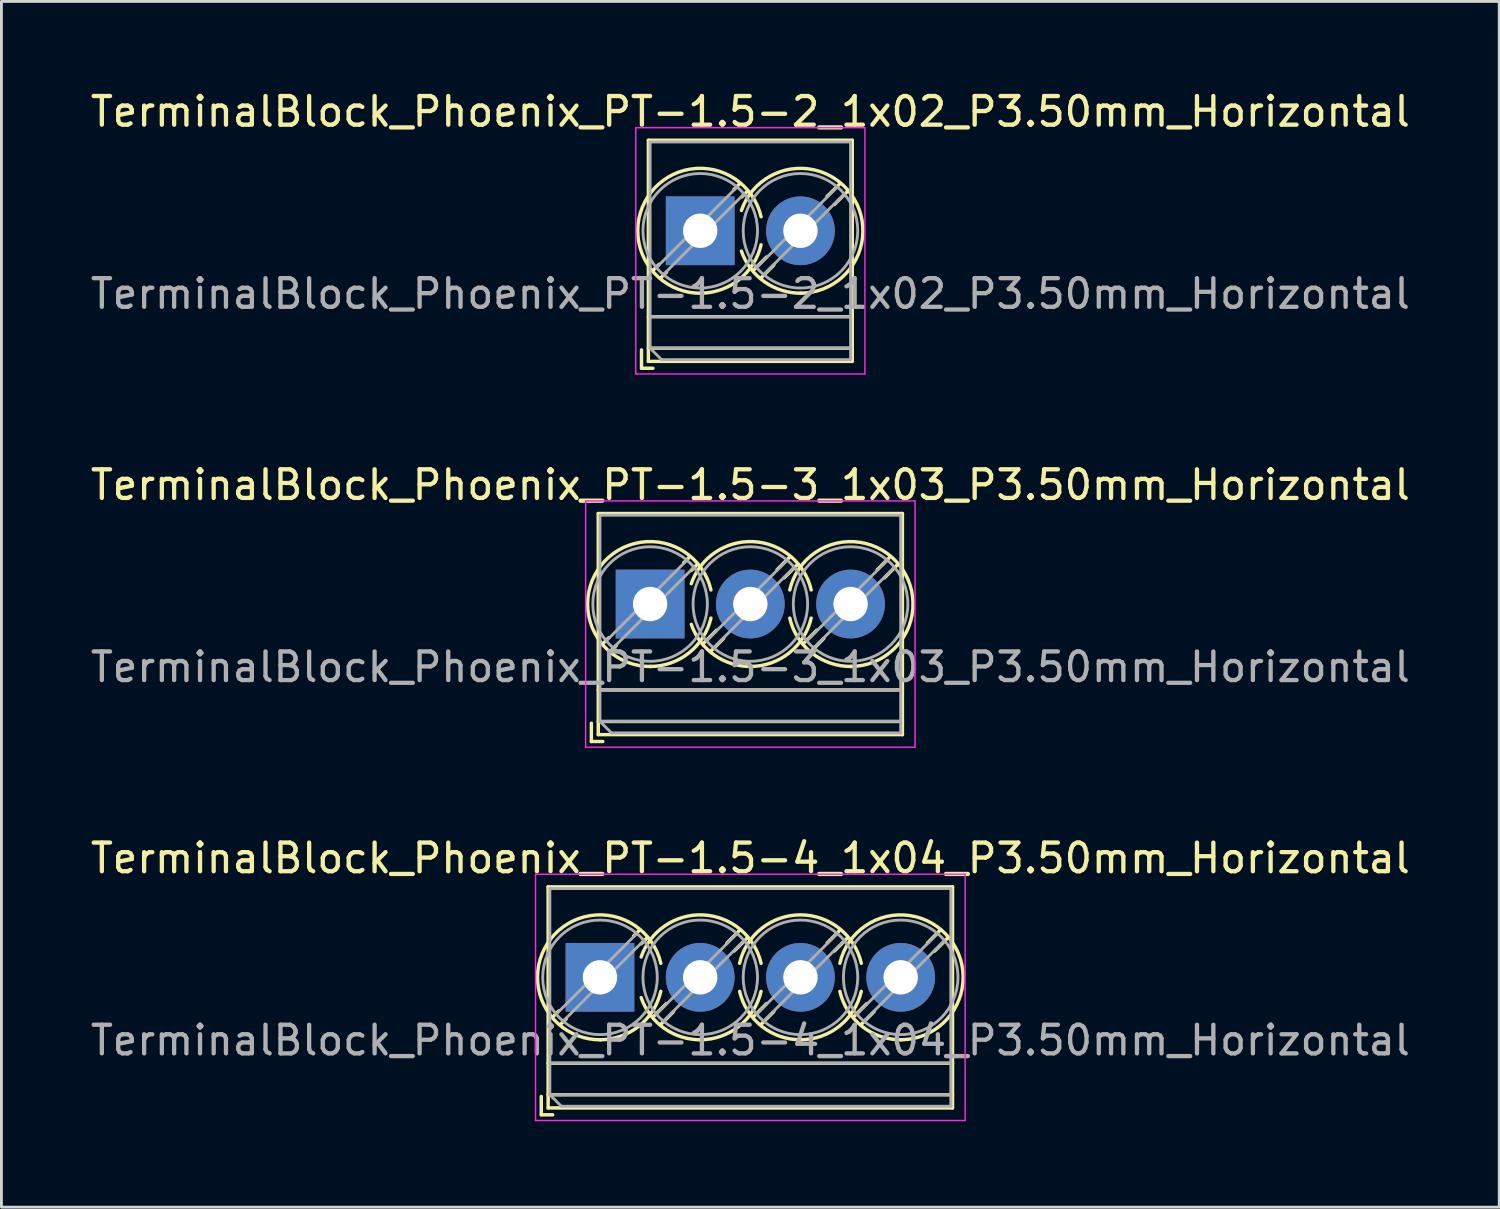
<source format=kicad_pcb>
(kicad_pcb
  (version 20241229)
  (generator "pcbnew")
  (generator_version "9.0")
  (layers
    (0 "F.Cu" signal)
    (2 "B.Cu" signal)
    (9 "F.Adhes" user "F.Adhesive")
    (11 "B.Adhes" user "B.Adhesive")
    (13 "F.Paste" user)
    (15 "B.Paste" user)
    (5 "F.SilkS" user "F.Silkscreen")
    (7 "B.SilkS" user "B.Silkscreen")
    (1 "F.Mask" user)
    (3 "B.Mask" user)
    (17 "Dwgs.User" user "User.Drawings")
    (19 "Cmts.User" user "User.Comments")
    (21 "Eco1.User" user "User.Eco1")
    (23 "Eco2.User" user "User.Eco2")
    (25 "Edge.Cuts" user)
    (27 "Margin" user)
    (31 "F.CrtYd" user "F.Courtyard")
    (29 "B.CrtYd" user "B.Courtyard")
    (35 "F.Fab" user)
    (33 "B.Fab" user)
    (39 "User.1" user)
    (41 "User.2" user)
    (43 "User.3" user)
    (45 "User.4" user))
  (footprint "TerminalBlock_Phoenix_PT-1.5-3_1x03_P3.50mm_Horizontal"
    (layer "F.Cu")
    (at 19.649 18.041)
    (property "Reference" "TerminalBlock_Phoenix_PT-1.5-3_1x03_P3.50mm_Horizontal" (at 3.5 -4.16 0) (layer "F.SilkS") (effects (font (size 1 1) (thickness 0.15))))
    (attr through_hole)
    (fp_line (start -2.05 4.16) (end -2.05 4.8) (stroke (width 0.12) (type solid)) (layer "F.SilkS"))
    (fp_line (start -2.05 4.8) (end -1.65 4.8) (stroke (width 0.12) (type solid)) (layer "F.SilkS"))
    (fp_line (start -1.81 -3.16) (end -1.81 4.56) (stroke (width 0.12) (type solid)) (layer "F.SilkS"))
    (fp_line (start -1.81 -3.16) (end 8.81 -3.16) (stroke (width 0.12) (type solid)) (layer "F.SilkS"))
    (fp_line (start -1.81 3) (end 8.81 3) (stroke (width 0.12) (type solid)) (layer "F.SilkS"))
    (fp_line (start -1.81 4.1) (end 8.81 4.1) (stroke (width 0.12) (type solid)) (layer "F.SilkS"))
    (fp_line (start -1.81 4.56) (end 8.81 4.56) (stroke (width 0.12) (type solid)) (layer "F.SilkS"))
    (fp_line (start -1.441 1.175) (end -1.654 1.388) (stroke (width 0.12) (type solid)) (layer "F.SilkS"))
    (fp_line (start -1.175 1.441) (end -1.388 1.654) (stroke (width 0.12) (type solid)) (layer "F.SilkS"))
    (fp_line (start 1.388 -1.654) (end 1.175 -1.441) (stroke (width 0.12) (type solid)) (layer "F.SilkS"))
    (fp_line (start 1.654 -1.388) (end 1.441 -1.175) (stroke (width 0.12) (type solid)) (layer "F.SilkS"))
    (fp_line (start 2.318 0.916) (end 1.847 1.388) (stroke (width 0.12) (type solid)) (layer "F.SilkS"))
    (fp_line (start 2.569 1.198) (end 2.113 1.654) (stroke (width 0.12) (type solid)) (layer "F.SilkS"))
    (fp_line (start 4.888 -1.654) (end 4.432 -1.198) (stroke (width 0.12) (type solid)) (layer "F.SilkS"))
    (fp_line (start 5.154 -1.388) (end 4.683 -0.916) (stroke (width 0.12) (type solid)) (layer "F.SilkS"))
    (fp_line (start 5.818 0.916) (end 5.347 1.388) (stroke (width 0.12) (type solid)) (layer "F.SilkS"))
    (fp_line (start 6.069 1.198) (end 5.613 1.654) (stroke (width 0.12) (type solid)) (layer "F.SilkS"))
    (fp_line (start 8.388 -1.654) (end 7.932 -1.198) (stroke (width 0.12) (type solid)) (layer "F.SilkS"))
    (fp_line (start 8.654 -1.388) (end 8.183 -0.916) (stroke (width 0.12) (type solid)) (layer "F.SilkS"))
    (fp_line (start 8.81 -3.16) (end 8.81 4.56) (stroke (width 0.12) (type solid)) (layer "F.SilkS"))
    (fp_arc (start 0.038458 2.180648) (mid -1.718884 -1.342439) (end 2.125 -0.491) (stroke (width 0.12) (type solid)) (layer "F.SilkS"))
    (fp_arc (start 1.437707 -0.709687) (mid 3.61375 -2.17802) (end 5.625 -0.491) (stroke (width 0.12) (type solid)) (layer "F.SilkS"))
    (fp_arc (start 2.124127 0.490393) (mid 1.357082 1.706086) (end 0 2.18) (stroke (width 0.12) (type solid)) (layer "F.SilkS"))
    (fp_arc (start 3.538366 2.17953) (mid 2.249943 1.785828) (end 1.439 0.71) (stroke (width 0.12) (type solid)) (layer "F.SilkS"))
    (fp_arc (start 4.875873 -0.490393) (mid 8.706086 -1.357082) (end 7 2.18) (stroke (width 0.12) (type solid)) (layer "F.SilkS"))
    (fp_arc (start 5.624127 0.490393) (mid 4.857082 1.706086) (end 3.5 2.18) (stroke (width 0.12) (type solid)) (layer "F.SilkS"))
    (fp_arc (start 7.038666 2.17967) (mid 5.658338 1.718255) (end 4.876 0.491) (stroke (width 0.12) (type solid)) (layer "F.SilkS"))
    (fp_line (start -2.25 -3.6) (end -2.25 5) (stroke (width 0.05) (type solid)) (layer "F.CrtYd"))
    (fp_line (start -2.25 5) (end 9.25 5) (stroke (width 0.05) (type solid)) (layer "F.CrtYd"))
    (fp_line (start 9.25 -3.6) (end -2.25 -3.6) (stroke (width 0.05) (type solid)) (layer "F.CrtYd"))
    (fp_line (start 9.25 5) (end 9.25 -3.6) (stroke (width 0.05) (type solid)) (layer "F.CrtYd"))
    (fp_line (start -1.75 -3.1) (end 8.75 -3.1) (stroke (width 0.1) (type solid)) (layer "F.Fab"))
    (fp_line (start -1.75 3) (end 8.75 3) (stroke (width 0.1) (type solid)) (layer "F.Fab"))
    (fp_line (start -1.75 4.1) (end -1.75 -3.1) (stroke (width 0.1) (type solid)) (layer "F.Fab"))
    (fp_line (start -1.75 4.1) (end 8.75 4.1) (stroke (width 0.1) (type solid)) (layer "F.Fab"))
    (fp_line (start -1.35 4.5) (end -1.75 4.1) (stroke (width 0.1) (type solid)) (layer "F.Fab"))
    (fp_line (start 1.273 -1.517) (end -1.517 1.273) (stroke (width 0.1) (type solid)) (layer "F.Fab"))
    (fp_line (start 1.517 -1.273) (end -1.273 1.517) (stroke (width 0.1) (type solid)) (layer "F.Fab"))
    (fp_line (start 4.773 -1.517) (end 1.984 1.273) (stroke (width 0.1) (type solid)) (layer "F.Fab"))
    (fp_line (start 5.017 -1.273) (end 2.228 1.517) (stroke (width 0.1) (type solid)) (layer "F.Fab"))
    (fp_line (start 8.273 -1.517) (end 5.484 1.273) (stroke (width 0.1) (type solid)) (layer "F.Fab"))
    (fp_line (start 8.517 -1.273) (end 5.728 1.517) (stroke (width 0.1) (type solid)) (layer "F.Fab"))
    (fp_line (start 8.75 -3.1) (end 8.75 4.5) (stroke (width 0.1) (type solid)) (layer "F.Fab"))
    (fp_line (start 8.75 4.5) (end -1.35 4.5) (stroke (width 0.1) (type solid)) (layer "F.Fab"))
    (fp_circle (center 0 0) (end 2 0) (stroke (width 0.1) (type solid)) (fill no) (layer "F.Fab"))
    (fp_circle (center 3.5 0) (end 5.5 0) (stroke (width 0.1) (type solid)) (fill no) (layer "F.Fab"))
    (fp_circle (center 7 0) (end 9 0) (stroke (width 0.1) (type solid)) (fill no) (layer "F.Fab"))
    (fp_text user "${REFERENCE}" (at 3.5 2.2 0) (layer "F.Fab") (effects (font (size 1 1) (thickness 0.15))))
    (pad "1" thru_hole rect (at 0 0) (size 2.4 2.4) (drill 1.2) (layers "*.Cu" "*.Mask"))
    (pad "2" thru_hole circle (at 3.5 0) (size 2.4 2.4) (drill 1.2) (layers "*.Cu" "*.Mask"))
    (pad "3" thru_hole circle (at 7 0) (size 2.4 2.4) (drill 1.2) (layers "*.Cu" "*.Mask")))
  (footprint "TerminalBlock_Phoenix_PT-1.5-2_1x02_P3.50mm_Horizontal"
    (layer "F.Cu")
    (at 21.399 5.008)
    (property "Reference" "TerminalBlock_Phoenix_PT-1.5-2_1x02_P3.50mm_Horizontal" (at 1.75 -4.16 0) (layer "F.SilkS") (effects (font (size 1 1) (thickness 0.15))))
    (attr through_hole)
    (fp_line (start -2.05 4.16) (end -2.05 4.8) (stroke (width 0.12) (type solid)) (layer "F.SilkS"))
    (fp_line (start -2.05 4.8) (end -1.65 4.8) (stroke (width 0.12) (type solid)) (layer "F.SilkS"))
    (fp_line (start -1.81 -3.16) (end -1.81 4.56) (stroke (width 0.12) (type solid)) (layer "F.SilkS"))
    (fp_line (start -1.81 -3.16) (end 5.31 -3.16) (stroke (width 0.12) (type solid)) (layer "F.SilkS"))
    (fp_line (start -1.81 3) (end 5.31 3) (stroke (width 0.12) (type solid)) (layer "F.SilkS"))
    (fp_line (start -1.81 4.1) (end 5.31 4.1) (stroke (width 0.12) (type solid)) (layer "F.SilkS"))
    (fp_line (start -1.81 4.56) (end 5.31 4.56) (stroke (width 0.12) (type solid)) (layer "F.SilkS"))
    (fp_line (start -1.441 1.175) (end -1.654 1.388) (stroke (width 0.12) (type solid)) (layer "F.SilkS"))
    (fp_line (start -1.175 1.441) (end -1.388 1.654) (stroke (width 0.12) (type solid)) (layer "F.SilkS"))
    (fp_line (start 1.388 -1.654) (end 1.175 -1.441) (stroke (width 0.12) (type solid)) (layer "F.SilkS"))
    (fp_line (start 1.654 -1.388) (end 1.441 -1.175) (stroke (width 0.12) (type solid)) (layer "F.SilkS"))
    (fp_line (start 2.318 0.916) (end 1.847 1.388) (stroke (width 0.12) (type solid)) (layer "F.SilkS"))
    (fp_line (start 2.569 1.198) (end 2.113 1.654) (stroke (width 0.12) (type solid)) (layer "F.SilkS"))
    (fp_line (start 4.888 -1.654) (end 4.432 -1.198) (stroke (width 0.12) (type solid)) (layer "F.SilkS"))
    (fp_line (start 5.154 -1.388) (end 4.683 -0.916) (stroke (width 0.12) (type solid)) (layer "F.SilkS"))
    (fp_line (start 5.31 -3.16) (end 5.31 4.56) (stroke (width 0.12) (type solid)) (layer "F.SilkS"))
    (fp_arc (start 0.038458 2.180648) (mid -1.718884 -1.342439) (end 2.125 -0.491) (stroke (width 0.12) (type solid)) (layer "F.SilkS"))
    (fp_arc (start 1.43877 -0.709739) (mid 5.274772 -1.265932) (end 3.5 2.18) (stroke (width 0.12) (type solid)) (layer "F.SilkS"))
    (fp_arc (start 2.124127 0.490393) (mid 1.357082 1.706086) (end 0 2.18) (stroke (width 0.12) (type solid)) (layer "F.SilkS"))
    (fp_arc (start 3.538366 2.17953) (mid 2.249943 1.785828) (end 1.439 0.71) (stroke (width 0.12) (type solid)) (layer "F.SilkS"))
    (fp_line (start -2.25 -3.6) (end -2.25 5) (stroke (width 0.05) (type solid)) (layer "F.CrtYd"))
    (fp_line (start -2.25 5) (end 5.75 5) (stroke (width 0.05) (type solid)) (layer "F.CrtYd"))
    (fp_line (start 5.75 -3.6) (end -2.25 -3.6) (stroke (width 0.05) (type solid)) (layer "F.CrtYd"))
    (fp_line (start 5.75 5) (end 5.75 -3.6) (stroke (width 0.05) (type solid)) (layer "F.CrtYd"))
    (fp_line (start -1.75 -3.1) (end 5.25 -3.1) (stroke (width 0.1) (type solid)) (layer "F.Fab"))
    (fp_line (start -1.75 3) (end 5.25 3) (stroke (width 0.1) (type solid)) (layer "F.Fab"))
    (fp_line (start -1.75 4.1) (end -1.75 -3.1) (stroke (width 0.1) (type solid)) (layer "F.Fab"))
    (fp_line (start -1.75 4.1) (end 5.25 4.1) (stroke (width 0.1) (type solid)) (layer "F.Fab"))
    (fp_line (start -1.35 4.5) (end -1.75 4.1) (stroke (width 0.1) (type solid)) (layer "F.Fab"))
    (fp_line (start 1.273 -1.517) (end -1.517 1.273) (stroke (width 0.1) (type solid)) (layer "F.Fab"))
    (fp_line (start 1.517 -1.273) (end -1.273 1.517) (stroke (width 0.1) (type solid)) (layer "F.Fab"))
    (fp_line (start 4.773 -1.517) (end 1.984 1.273) (stroke (width 0.1) (type solid)) (layer "F.Fab"))
    (fp_line (start 5.017 -1.273) (end 2.228 1.517) (stroke (width 0.1) (type solid)) (layer "F.Fab"))
    (fp_line (start 5.25 -3.1) (end 5.25 4.5) (stroke (width 0.1) (type solid)) (layer "F.Fab"))
    (fp_line (start 5.25 4.5) (end -1.35 4.5) (stroke (width 0.1) (type solid)) (layer "F.Fab"))
    (fp_circle (center 0 0) (end 2 0) (stroke (width 0.1) (type solid)) (fill no) (layer "F.Fab"))
    (fp_circle (center 3.5 0) (end 5.5 0) (stroke (width 0.1) (type solid)) (fill no) (layer "F.Fab"))
    (fp_text user "${REFERENCE}" (at 1.75 2.2 0) (layer "F.Fab") (effects (font (size 1 1) (thickness 0.15))))
    (pad "1" thru_hole rect (at 0 0) (size 2.4 2.4) (drill 1.2) (layers "*.Cu" "*.Mask"))
    (pad "2" thru_hole circle (at 3.5 0) (size 2.4 2.4) (drill 1.2) (layers "*.Cu" "*.Mask")))
  (footprint "TerminalBlock_Phoenix_PT-1.5-4_1x04_P3.50mm_Horizontal"
    (layer "F.Cu")
    (at 17.899 31.075)
    (property "Reference" "TerminalBlock_Phoenix_PT-1.5-4_1x04_P3.50mm_Horizontal" (at 5.25 -4.16 0) (layer "F.SilkS") (effects (font (size 1 1) (thickness 0.15))))
    (attr through_hole)
    (fp_line (start -2.05 4.16) (end -2.05 4.8) (stroke (width 0.12) (type solid)) (layer "F.SilkS"))
    (fp_line (start -2.05 4.8) (end -1.65 4.8) (stroke (width 0.12) (type solid)) (layer "F.SilkS"))
    (fp_line (start -1.81 -3.16) (end -1.81 4.56) (stroke (width 0.12) (type solid)) (layer "F.SilkS"))
    (fp_line (start -1.81 -3.16) (end 12.31 -3.16) (stroke (width 0.12) (type solid)) (layer "F.SilkS"))
    (fp_line (start -1.81 3) (end 12.31 3) (stroke (width 0.12) (type solid)) (layer "F.SilkS"))
    (fp_line (start -1.81 4.1) (end 12.31 4.1) (stroke (width 0.12) (type solid)) (layer "F.SilkS"))
    (fp_line (start -1.81 4.56) (end 12.31 4.56) (stroke (width 0.12) (type solid)) (layer "F.SilkS"))
    (fp_line (start -1.441 1.175) (end -1.654 1.388) (stroke (width 0.12) (type solid)) (layer "F.SilkS"))
    (fp_line (start -1.175 1.441) (end -1.388 1.654) (stroke (width 0.12) (type solid)) (layer "F.SilkS"))
    (fp_line (start 1.388 -1.654) (end 1.175 -1.441) (stroke (width 0.12) (type solid)) (layer "F.SilkS"))
    (fp_line (start 1.654 -1.388) (end 1.441 -1.175) (stroke (width 0.12) (type solid)) (layer "F.SilkS"))
    (fp_line (start 2.318 0.916) (end 1.847 1.388) (stroke (width 0.12) (type solid)) (layer "F.SilkS"))
    (fp_line (start 2.569 1.198) (end 2.113 1.654) (stroke (width 0.12) (type solid)) (layer "F.SilkS"))
    (fp_line (start 4.888 -1.654) (end 4.432 -1.198) (stroke (width 0.12) (type solid)) (layer "F.SilkS"))
    (fp_line (start 5.154 -1.388) (end 4.683 -0.916) (stroke (width 0.12) (type solid)) (layer "F.SilkS"))
    (fp_line (start 5.818 0.916) (end 5.347 1.388) (stroke (width 0.12) (type solid)) (layer "F.SilkS"))
    (fp_line (start 6.069 1.198) (end 5.613 1.654) (stroke (width 0.12) (type solid)) (layer "F.SilkS"))
    (fp_line (start 8.388 -1.654) (end 7.932 -1.198) (stroke (width 0.12) (type solid)) (layer "F.SilkS"))
    (fp_line (start 8.654 -1.388) (end 8.183 -0.916) (stroke (width 0.12) (type solid)) (layer "F.SilkS"))
    (fp_line (start 9.318 0.916) (end 8.847 1.388) (stroke (width 0.12) (type solid)) (layer "F.SilkS"))
    (fp_line (start 9.569 1.198) (end 9.113 1.654) (stroke (width 0.12) (type solid)) (layer "F.SilkS"))
    (fp_line (start 11.888 -1.654) (end 11.432 -1.198) (stroke (width 0.12) (type solid)) (layer "F.SilkS"))
    (fp_line (start 12.154 -1.388) (end 11.683 -0.916) (stroke (width 0.12) (type solid)) (layer "F.SilkS"))
    (fp_line (start 12.31 -3.16) (end 12.31 4.56) (stroke (width 0.12) (type solid)) (layer "F.SilkS"))
    (fp_arc (start 0.038458 2.180648) (mid -1.718884 -1.342439) (end 2.125 -0.491) (stroke (width 0.12) (type solid)) (layer "F.SilkS"))
    (fp_arc (start 1.437707 -0.709687) (mid 3.61375 -2.17802) (end 5.625 -0.491) (stroke (width 0.12) (type solid)) (layer "F.SilkS"))
    (fp_arc (start 2.124127 0.490393) (mid 1.357082 1.706086) (end 0 2.18) (stroke (width 0.12) (type solid)) (layer "F.SilkS"))
    (fp_arc (start 3.538366 2.17953) (mid 2.249943 1.785828) (end 1.439 0.71) (stroke (width 0.12) (type solid)) (layer "F.SilkS"))
    (fp_arc (start 4.874822 -0.490231) (mid 6.999605 -2.180988) (end 9.125 -0.491) (stroke (width 0.12) (type solid)) (layer "F.SilkS"))
    (fp_arc (start 5.624127 0.490393) (mid 4.857082 1.706086) (end 3.5 2.18) (stroke (width 0.12) (type solid)) (layer "F.SilkS"))
    (fp_arc (start 7.038666 2.17967) (mid 5.658338 1.718255) (end 4.876 0.491) (stroke (width 0.12) (type solid)) (layer "F.SilkS"))
    (fp_arc (start 8.375873 -0.490393) (mid 12.206086 -1.357082) (end 10.5 2.18) (stroke (width 0.12) (type solid)) (layer "F.SilkS"))
    (fp_arc (start 9.124127 0.490393) (mid 8.357082 1.706086) (end 7 2.18) (stroke (width 0.12) (type solid)) (layer "F.SilkS"))
    (fp_arc (start 10.538666 2.17967) (mid 9.158338 1.718255) (end 8.376 0.491) (stroke (width 0.12) (type solid)) (layer "F.SilkS"))
    (fp_line (start -2.25 -3.6) (end -2.25 5) (stroke (width 0.05) (type solid)) (layer "F.CrtYd"))
    (fp_line (start -2.25 5) (end 12.75 5) (stroke (width 0.05) (type solid)) (layer "F.CrtYd"))
    (fp_line (start 12.75 -3.6) (end -2.25 -3.6) (stroke (width 0.05) (type solid)) (layer "F.CrtYd"))
    (fp_line (start 12.75 5) (end 12.75 -3.6) (stroke (width 0.05) (type solid)) (layer "F.CrtYd"))
    (fp_line (start -1.75 -3.1) (end 12.25 -3.1) (stroke (width 0.1) (type solid)) (layer "F.Fab"))
    (fp_line (start -1.75 3) (end 12.25 3) (stroke (width 0.1) (type solid)) (layer "F.Fab"))
    (fp_line (start -1.75 4.1) (end -1.75 -3.1) (stroke (width 0.1) (type solid)) (layer "F.Fab"))
    (fp_line (start -1.75 4.1) (end 12.25 4.1) (stroke (width 0.1) (type solid)) (layer "F.Fab"))
    (fp_line (start -1.35 4.5) (end -1.75 4.1) (stroke (width 0.1) (type solid)) (layer "F.Fab"))
    (fp_line (start 1.273 -1.517) (end -1.517 1.273) (stroke (width 0.1) (type solid)) (layer "F.Fab"))
    (fp_line (start 1.517 -1.273) (end -1.273 1.517) (stroke (width 0.1) (type solid)) (layer "F.Fab"))
    (fp_line (start 4.773 -1.517) (end 1.984 1.273) (stroke (width 0.1) (type solid)) (layer "F.Fab"))
    (fp_line (start 5.017 -1.273) (end 2.228 1.517) (stroke (width 0.1) (type solid)) (layer "F.Fab"))
    (fp_line (start 8.273 -1.517) (end 5.484 1.273) (stroke (width 0.1) (type solid)) (layer "F.Fab"))
    (fp_line (start 8.517 -1.273) (end 5.728 1.517) (stroke (width 0.1) (type solid)) (layer "F.Fab"))
    (fp_line (start 11.773 -1.517) (end 8.984 1.273) (stroke (width 0.1) (type solid)) (layer "F.Fab"))
    (fp_line (start 12.017 -1.273) (end 9.228 1.517) (stroke (width 0.1) (type solid)) (layer "F.Fab"))
    (fp_line (start 12.25 -3.1) (end 12.25 4.5) (stroke (width 0.1) (type solid)) (layer "F.Fab"))
    (fp_line (start 12.25 4.5) (end -1.35 4.5) (stroke (width 0.1) (type solid)) (layer "F.Fab"))
    (fp_circle (center 0 0) (end 2 0) (stroke (width 0.1) (type solid)) (fill no) (layer "F.Fab"))
    (fp_circle (center 3.5 0) (end 5.5 0) (stroke (width 0.1) (type solid)) (fill no) (layer "F.Fab"))
    (fp_circle (center 7 0) (end 9 0) (stroke (width 0.1) (type solid)) (fill no) (layer "F.Fab"))
    (fp_circle (center 10.5 0) (end 12.5 0) (stroke (width 0.1) (type solid)) (fill no) (layer "F.Fab"))
    (fp_text user "${REFERENCE}" (at 5.25 2.2 0) (layer "F.Fab") (effects (font (size 1 1) (thickness 0.15))))
    (pad "1" thru_hole rect (at 0 0) (size 2.4 2.4) (drill 1.2) (layers "*.Cu" "*.Mask"))
    (pad "2" thru_hole circle (at 3.5 0) (size 2.4 2.4) (drill 1.2) (layers "*.Cu" "*.Mask"))
    (pad "3" thru_hole circle (at 7 0) (size 2.4 2.4) (drill 1.2) (layers "*.Cu" "*.Mask"))
    (pad "4" thru_hole circle (at 10.5 0) (size 2.4 2.4) (drill 1.2) (layers "*.Cu" "*.Mask")))
  (gr_rect
    (start -3 -3)
    (end 49.298 39.1)
    (stroke (width 0.1) (type default))
    (fill no)
    (layer "Edge.Cuts")))
</source>
